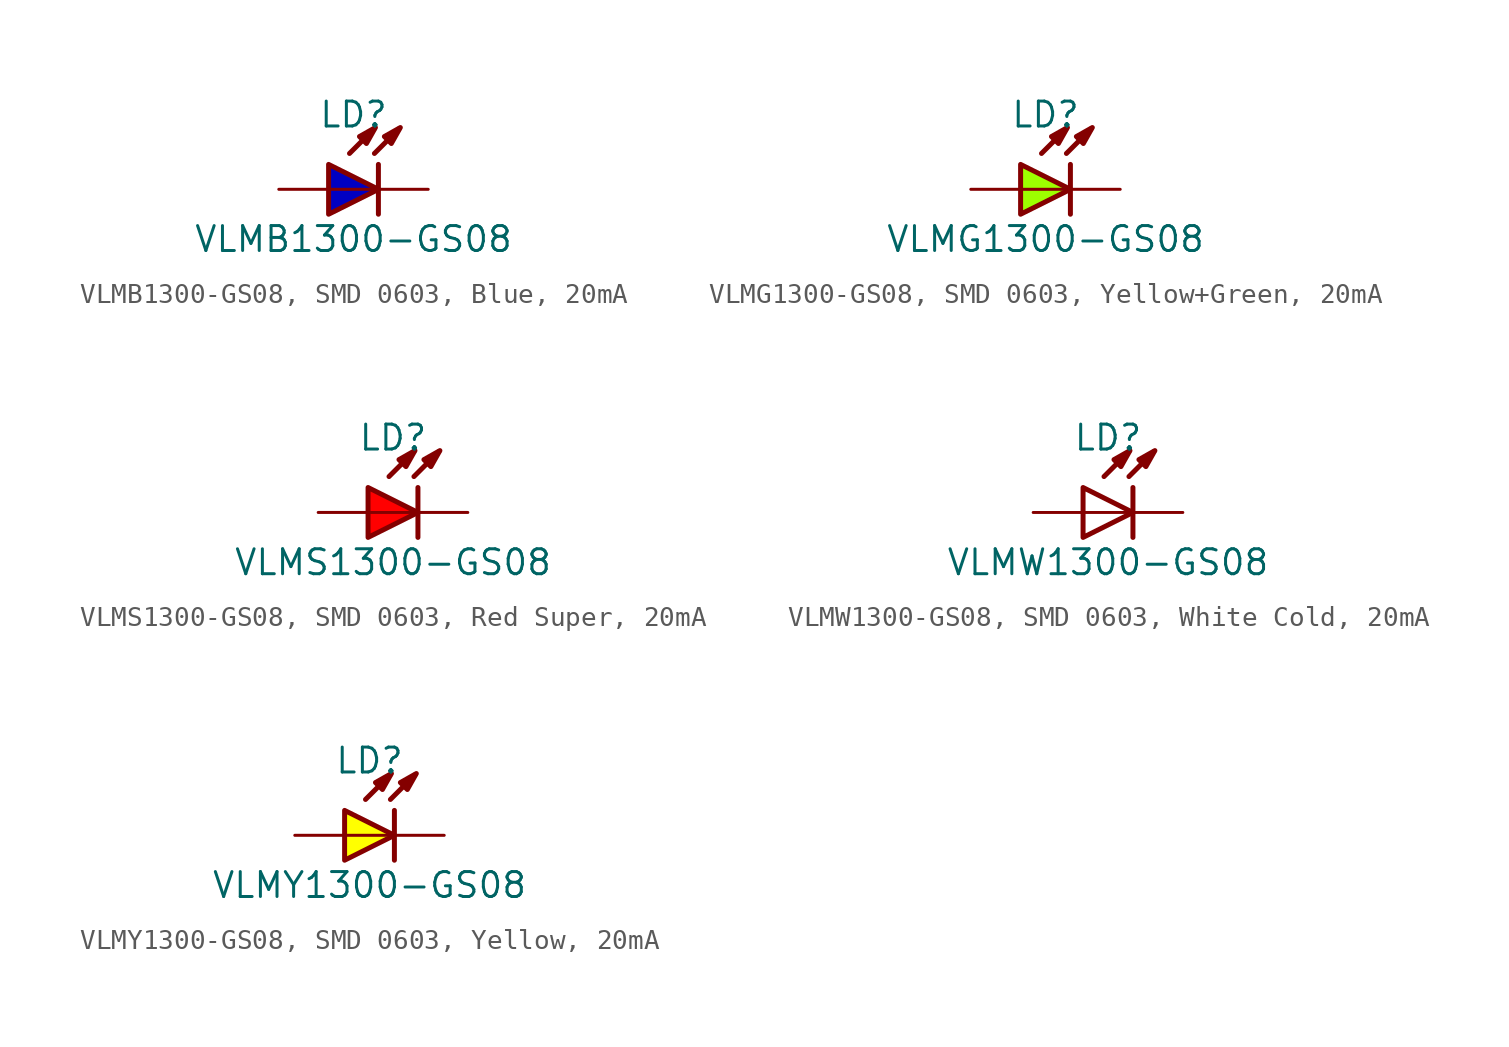
<source format=kicad_sym>
(kicad_symbol_lib
  (version 20241209)
  (generator "kicad_symbol_editor")
  (generator_version "9.0")
  (symbol "VLMB1300-GS08, SMD 0603, Blue, 20mA"
    (pin_numbers
      (hide yes))
    (pin_names
      (offset 1.016)
      (hide yes))
    (property "Reference" "LD"
      (at 0 3.81 0)
      (effects (font (size 1.27 1.27))))
    (property "Value" "VLMB1300-GS08"
      (at 0 -2.54 0)
      (effects (font (size 1.27 1.27))))
    (symbol "VLMB1300-GS08, SMD 0603, Blue, 20mA_0_0"
      (polyline (pts (xy -0.203 1.829) (xy 1.067 3.099)) (stroke (width 0.254) (type default)) (fill (type none)))
      (polyline (pts (xy 1.067 1.829) (xy 2.337 3.099)) (stroke (width 0.254) (type default)) (fill (type none)))
      (polyline (pts (xy 1.118 3.15) (xy 0.66 2.337) (xy 0.305 2.692) (xy 1.118 3.15)) (stroke (width 0.254) (type default)) (fill (type outline)))
      (polyline (pts (xy 1.27 0) (xy -1.27 0)) (stroke (width 0.152) (type default)) (fill (type none)))
      (polyline (pts (xy 2.388 3.15) (xy 1.93 2.337) (xy 1.575 2.692) (xy 2.388 3.15)) (stroke (width 0.254) (type default)) (fill (type outline))))
    (symbol "VLMB1300-GS08, SMD 0603, Blue, 20mA_0_1"
      (polyline (pts (xy 1.27 1.27) (xy 1.27 -1.27)) (stroke (width 0.254) (type default)) (fill (type none))))
    (symbol "VLMB1300-GS08, SMD 0603, Blue, 20mA_1_1"
      (polyline (pts (xy -1.27 1.27) (xy -1.27 -1.27) (xy 1.27 0) (xy -1.27 1.27)) (stroke (width 0.254) (type default)) (fill (type color) (color 0 0 194 1)))
      (pin passive line (at -3.81 0 0) (length 2.54) (name "A" (effects (font (size 1.27 1.27)))) (number "A" (effects (font (size 1.27 1.27)))))
      (pin passive line (at 3.81 0 180) (length 2.54) (name "C" (effects (font (size 1.27 1.27)))) (number "C" (effects (font (size 1.27 1.27)))))))
  (symbol "VLMG1300-GS08, SMD 0603, Yellow+Green, 20mA"
    (pin_numbers
      (hide yes))
    (pin_names
      (offset 1.016)
      (hide yes))
    (property "Reference" "LD"
      (at 0 3.81 0)
      (effects (font (size 1.27 1.27))))
    (property "Value" "VLMG1300-GS08"
      (at 0 -2.54 0)
      (effects (font (size 1.27 1.27))))
    (symbol "VLMG1300-GS08, SMD 0603, Yellow+Green, 20mA_0_0"
      (polyline (pts (xy -0.203 1.829) (xy 1.067 3.099)) (stroke (width 0.254) (type default)) (fill (type none)))
      (polyline (pts (xy 1.067 1.829) (xy 2.337 3.099)) (stroke (width 0.254) (type default)) (fill (type none)))
      (polyline (pts (xy 1.118 3.15) (xy 0.66 2.337) (xy 0.305 2.692) (xy 1.118 3.15)) (stroke (width 0.254) (type default)) (fill (type outline)))
      (polyline (pts (xy 1.27 0) (xy -1.27 0)) (stroke (width 0.152) (type default)) (fill (type none)))
      (polyline (pts (xy 2.388 3.15) (xy 1.93 2.337) (xy 1.575 2.692) (xy 2.388 3.15)) (stroke (width 0.254) (type default)) (fill (type outline))))
    (symbol "VLMG1300-GS08, SMD 0603, Yellow+Green, 20mA_0_1"
      (polyline (pts (xy 1.27 1.27) (xy 1.27 -1.27)) (stroke (width 0.254) (type default)) (fill (type none))))
    (symbol "VLMG1300-GS08, SMD 0603, Yellow+Green, 20mA_1_1"
      (polyline (pts (xy -1.27 1.27) (xy -1.27 -1.27) (xy 1.27 0) (xy -1.27 1.27)) (stroke (width 0.254) (type default)) (fill (type color) (color 157 255 0 1)))
      (pin passive line (at -3.81 0 0) (length 2.54) (name "A" (effects (font (size 1.27 1.27)))) (number "A" (effects (font (size 1.27 1.27)))))
      (pin passive line (at 3.81 0 180) (length 2.54) (name "C" (effects (font (size 1.27 1.27)))) (number "C" (effects (font (size 1.27 1.27)))))))
  (symbol "VLMS1300-GS08, SMD 0603, Red Super, 20mA"
    (pin_numbers
      (hide yes))
    (pin_names
      (offset 1.016)
      (hide yes))
    (property "Reference" "LD"
      (at 0 3.81 0)
      (effects (font (size 1.27 1.27))))
    (property "Value" "VLMS1300-GS08"
      (at 0 -2.54 0)
      (effects (font (size 1.27 1.27))))
    (symbol "VLMS1300-GS08, SMD 0603, Red Super, 20mA_0_0"
      (polyline (pts (xy -0.203 1.829) (xy 1.067 3.099)) (stroke (width 0.254) (type default)) (fill (type none)))
      (polyline (pts (xy 1.067 1.829) (xy 2.337 3.099)) (stroke (width 0.254) (type default)) (fill (type none)))
      (polyline (pts (xy 1.118 3.15) (xy 0.66 2.337) (xy 0.305 2.692) (xy 1.118 3.15)) (stroke (width 0.254) (type default)) (fill (type outline)))
      (polyline (pts (xy 1.27 0) (xy -1.27 0)) (stroke (width 0.152) (type default)) (fill (type none)))
      (polyline (pts (xy 2.388 3.15) (xy 1.93 2.337) (xy 1.575 2.692) (xy 2.388 3.15)) (stroke (width 0.254) (type default)) (fill (type outline))))
    (symbol "VLMS1300-GS08, SMD 0603, Red Super, 20mA_0_1"
      (polyline (pts (xy 1.27 1.27) (xy 1.27 -1.27)) (stroke (width 0.254) (type default)) (fill (type none))))
    (symbol "VLMS1300-GS08, SMD 0603, Red Super, 20mA_1_1"
      (polyline (pts (xy -1.27 1.27) (xy -1.27 -1.27) (xy 1.27 0) (xy -1.27 1.27)) (stroke (width 0.254) (type default)) (fill (type color) (color 255 0 0 1)))
      (pin passive line (at -3.81 0 0) (length 2.54) (name "A" (effects (font (size 1.27 1.27)))) (number "A" (effects (font (size 1.27 1.27)))))
      (pin passive line (at 3.81 0 180) (length 2.54) (name "C" (effects (font (size 1.27 1.27)))) (number "C" (effects (font (size 1.27 1.27)))))))
  (symbol "VLMW1300-GS08, SMD 0603, White Cold, 20mA"
    (pin_numbers
      (hide yes))
    (pin_names
      (offset 1.016)
      (hide yes))
    (property "Reference" "LD"
      (at 0 3.81 0)
      (effects (font (size 1.27 1.27))))
    (property "Value" "VLMW1300-GS08"
      (at 0 -2.54 0)
      (effects (font (size 1.27 1.27))))
    (symbol "VLMW1300-GS08, SMD 0603, White Cold, 20mA_0_0"
      (polyline (pts (xy -0.203 1.829) (xy 1.067 3.099)) (stroke (width 0.254) (type default)) (fill (type none)))
      (polyline (pts (xy 1.067 1.829) (xy 2.337 3.099)) (stroke (width 0.254) (type default)) (fill (type none)))
      (polyline (pts (xy 1.118 3.15) (xy 0.66 2.337) (xy 0.305 2.692) (xy 1.118 3.15)) (stroke (width 0.254) (type default)) (fill (type outline)))
      (polyline (pts (xy 1.27 0) (xy -1.27 0)) (stroke (width 0.152) (type default)) (fill (type none)))
      (polyline (pts (xy 2.388 3.15) (xy 1.93 2.337) (xy 1.575 2.692) (xy 2.388 3.15)) (stroke (width 0.254) (type default)) (fill (type outline))))
    (symbol "VLMW1300-GS08, SMD 0603, White Cold, 20mA_0_1"
      (polyline (pts (xy 1.27 1.27) (xy 1.27 -1.27)) (stroke (width 0.254) (type default)) (fill (type none))))
    (symbol "VLMW1300-GS08, SMD 0603, White Cold, 20mA_1_1"
      (polyline (pts (xy -1.27 1.27) (xy -1.27 -1.27) (xy 1.27 0) (xy -1.27 1.27)) (stroke (width 0.254) (type default)) (fill (type color) (color 255 255 255 1)))
      (pin passive line (at -3.81 0 0) (length 2.54) (name "A" (effects (font (size 1.27 1.27)))) (number "A" (effects (font (size 1.27 1.27)))))
      (pin passive line (at 3.81 0 180) (length 2.54) (name "C" (effects (font (size 1.27 1.27)))) (number "C" (effects (font (size 1.27 1.27)))))))
  (symbol "VLMY1300-GS08, SMD 0603, Yellow, 20mA"
    (pin_numbers
      (hide yes))
    (pin_names
      (offset 1.016)
      (hide yes))
    (property "Reference" "LD"
      (at 0 3.81 0)
      (effects (font (size 1.27 1.27))))
    (property "Value" "VLMY1300-GS08"
      (at 0 -2.54 0)
      (effects (font (size 1.27 1.27))))
    (symbol "VLMY1300-GS08, SMD 0603, Yellow, 20mA_0_0"
      (polyline (pts (xy -0.203 1.829) (xy 1.067 3.099)) (stroke (width 0.254) (type default)) (fill (type none)))
      (polyline (pts (xy 1.067 1.829) (xy 2.337 3.099)) (stroke (width 0.254) (type default)) (fill (type none)))
      (polyline (pts (xy 1.118 3.15) (xy 0.66 2.337) (xy 0.305 2.692) (xy 1.118 3.15)) (stroke (width 0.254) (type default)) (fill (type outline)))
      (polyline (pts (xy 1.27 0) (xy -1.27 0)) (stroke (width 0.152) (type default)) (fill (type none)))
      (polyline (pts (xy 2.388 3.15) (xy 1.93 2.337) (xy 1.575 2.692) (xy 2.388 3.15)) (stroke (width 0.254) (type default)) (fill (type outline))))
    (symbol "VLMY1300-GS08, SMD 0603, Yellow, 20mA_0_1"
      (polyline (pts (xy 1.27 1.27) (xy 1.27 -1.27)) (stroke (width 0.254) (type default)) (fill (type none))))
    (symbol "VLMY1300-GS08, SMD 0603, Yellow, 20mA_1_1"
      (polyline (pts (xy -1.27 1.27) (xy -1.27 -1.27) (xy 1.27 0) (xy -1.27 1.27)) (stroke (width 0.254) (type default)) (fill (type color) (color 255 255 0 1)))
      (pin passive line (at -3.81 0 0) (length 2.54) (name "A" (effects (font (size 1.27 1.27)))) (number "A" (effects (font (size 1.27 1.27)))))
      (pin passive line (at 3.81 0 180) (length 2.54) (name "C" (effects (font (size 1.27 1.27)))) (number "C" (effects (font (size 1.27 1.27))))))))
</source>
